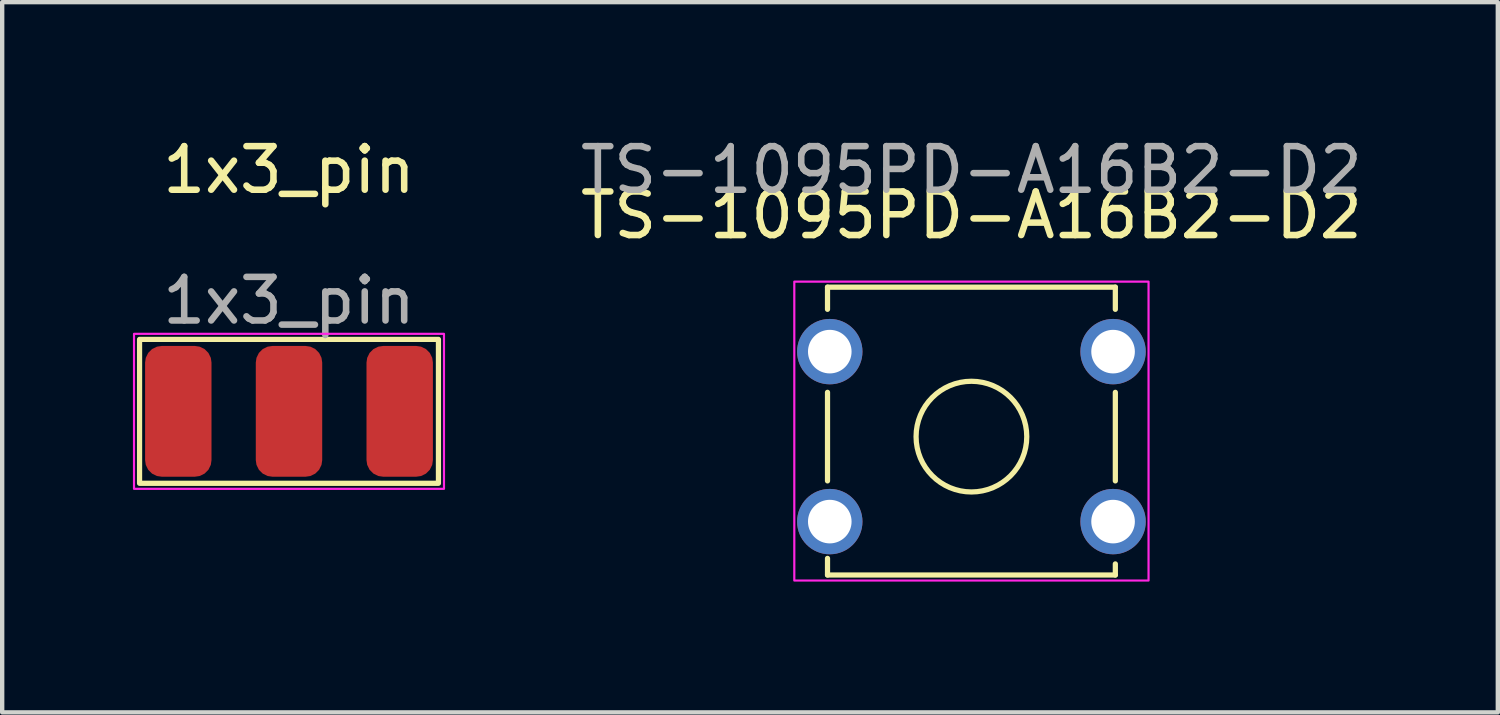
<source format=kicad_pcb>
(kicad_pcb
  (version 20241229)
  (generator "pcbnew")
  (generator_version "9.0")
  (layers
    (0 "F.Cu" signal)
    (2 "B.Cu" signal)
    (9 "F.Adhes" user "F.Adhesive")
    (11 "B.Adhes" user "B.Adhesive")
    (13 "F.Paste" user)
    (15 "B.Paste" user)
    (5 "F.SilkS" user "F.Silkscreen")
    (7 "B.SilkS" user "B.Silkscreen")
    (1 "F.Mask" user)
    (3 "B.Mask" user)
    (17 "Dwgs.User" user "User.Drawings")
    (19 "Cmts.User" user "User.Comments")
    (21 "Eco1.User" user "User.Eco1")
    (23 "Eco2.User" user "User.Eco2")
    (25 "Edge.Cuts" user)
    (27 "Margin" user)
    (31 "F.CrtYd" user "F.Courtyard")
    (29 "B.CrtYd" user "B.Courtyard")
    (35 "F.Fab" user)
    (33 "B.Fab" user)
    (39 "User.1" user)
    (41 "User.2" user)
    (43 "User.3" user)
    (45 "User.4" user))
  (footprint "TS-1095PD-A16B2-D2"
    (layer "F.Cu")
    (at 19.239 6.968)
    (property "Reference" "TS-1095PD-A16B2-D2" (at 0 -5.08 0) (unlocked yes) (layer "F.SilkS") (effects (font (size 1 1) (thickness 0.15))))
    (attr through_hole)
    (fp_line (start -3.302 -3.429) (end -3.302 -2.921) (stroke (width 0.12) (type solid)) (layer "F.SilkS"))
    (fp_line (start -3.302 -3.429) (end 3.302 -3.429) (stroke (width 0.12) (type solid)) (layer "F.SilkS"))
    (fp_line (start -3.302 -1.016) (end -3.302 1.016) (stroke (width 0.12) (type solid)) (layer "F.SilkS"))
    (fp_line (start -3.302 3.175) (end -3.302 2.794) (stroke (width 0.12) (type solid)) (layer "F.SilkS"))
    (fp_line (start -3.302 3.175) (end 3.302 3.175) (stroke (width 0.12) (type solid)) (layer "F.SilkS"))
    (fp_line (start 3.302 -3.429) (end 3.302 -2.921) (stroke (width 0.12) (type solid)) (layer "F.SilkS"))
    (fp_line (start 3.302 -1.016) (end 3.302 1.016) (stroke (width 0.12) (type solid)) (layer "F.SilkS"))
    (fp_line (start 3.302 3.175) (end 3.302 2.921) (stroke (width 0.12) (type solid)) (layer "F.SilkS"))
    (fp_circle (center 0 0) (end 1.016 -0.762) (stroke (width 0.12) (type solid)) (fill no) (layer "F.SilkS"))
    (fp_rect (start -4.064 -3.556) (end 4.064 3.302) (stroke (width 0.05) (type solid)) (fill no) (layer "F.CrtYd"))
    (fp_text user "${REFERENCE}" (at 0 -6.12 0) (unlocked yes) (layer "F.Fab") (effects (font (size 1 1) (thickness 0.15))))
    (pad "1" thru_hole circle (at -3.25 -1.95) (size 1.5 1.5) (drill 1) (layers "*.Cu" "*.Mask"))
    (pad "1" thru_hole circle (at -3.25 1.95) (size 1.5 1.5) (drill 1) (layers "*.Cu" "*.Mask"))
    (pad "2" thru_hole circle (at 3.25 -1.95) (size 1.5 1.5) (drill 1) (layers "*.Cu" "*.Mask"))
    (pad "2" thru_hole circle (at 3.25 1.95) (size 1.5 1.5) (drill 1) (layers "*.Cu" "*.Mask")))
  (footprint "1x3_pin"
    (layer "F.Cu")
    (at 3.581 6.388)
    (property "Reference" "1x3_pin" (at 0 -5.54 0) (unlocked yes) (layer "F.SilkS") (effects (font (size 1 1) (thickness 0.15))))
    (attr smd)
    (fp_rect (start -3.429 -1.651) (end 3.429 1.651) (stroke (width 0.12) (type solid)) (fill no) (layer "F.SilkS"))
    (fp_rect (start -3.556 -1.778) (end 3.556 1.778) (stroke (width 0.05) (type solid)) (fill no) (layer "F.CrtYd"))
    (fp_text user "${REFERENCE}" (at 0 -2.54 0) (unlocked yes) (layer "F.Fab") (effects (font (size 1 1) (thickness 0.15))))
    (pad "1" smd roundrect (at -2.54 0 90) (size 3 1.524) (layers "F.Cu" "F.Mask") (roundrect_rratio 0.25))
    (pad "2" smd roundrect (at 0 0 90) (size 3 1.524) (layers "F.Cu" "F.Mask") (roundrect_rratio 0.25))
    (pad "3" smd roundrect (at 2.54 0 90) (size 3 1.524) (layers "F.Cu" "F.Mask") (roundrect_rratio 0.25)))
  (gr_rect
    (start -3 -3)
    (end 31.317 13.295)
    (stroke (width 0.1) (type default))
    (fill no)
    (layer "Edge.Cuts")))
</source>
